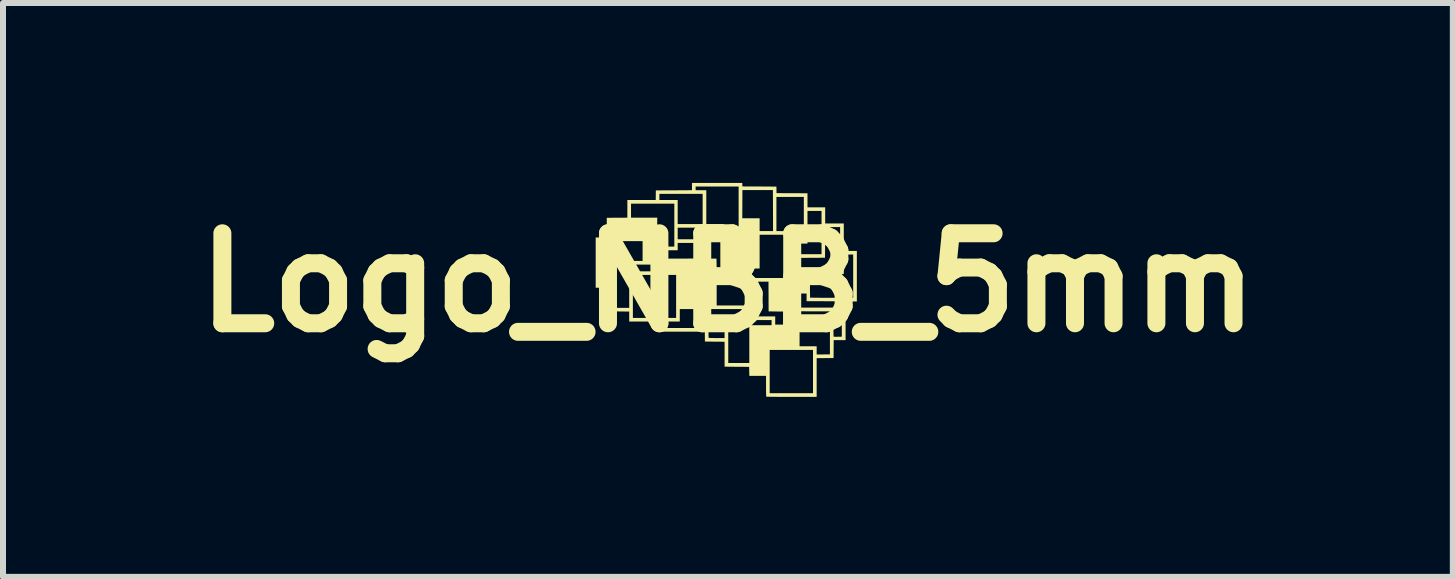
<source format=kicad_pcb>
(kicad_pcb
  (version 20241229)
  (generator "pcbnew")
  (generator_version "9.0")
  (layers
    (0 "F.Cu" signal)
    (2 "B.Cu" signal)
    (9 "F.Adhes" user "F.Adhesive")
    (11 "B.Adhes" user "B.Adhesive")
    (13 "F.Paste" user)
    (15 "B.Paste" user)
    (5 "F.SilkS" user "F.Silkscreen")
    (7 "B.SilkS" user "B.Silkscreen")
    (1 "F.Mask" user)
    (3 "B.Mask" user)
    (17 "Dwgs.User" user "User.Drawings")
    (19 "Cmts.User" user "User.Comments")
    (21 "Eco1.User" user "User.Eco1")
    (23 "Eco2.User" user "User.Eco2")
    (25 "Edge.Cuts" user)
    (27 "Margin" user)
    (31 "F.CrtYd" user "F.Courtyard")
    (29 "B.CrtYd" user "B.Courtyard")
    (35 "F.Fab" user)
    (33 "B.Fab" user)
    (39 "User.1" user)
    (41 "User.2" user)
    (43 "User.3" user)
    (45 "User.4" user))
  (footprint "Logo_NBB_5mm"
    (layer "F.Cu")
    (at 9.086 1.661)
    (property "Reference" "Logo_NBB_5mm" (at 0 0 0) (layer "F.SilkS") (effects (font (size 1.5 1.5) (thickness 0.3))))
    (attr board_only exclude_from_pos_files exclude_from_bom)
    (fp_poly (pts (xy 0.24 -1.632) (xy 0.241 -1.603) (xy 0.524 -1.602) (xy 0.808 -1.6) (xy 0.809 -1.546) (xy 0.81 -1.491) (xy 1.068 -1.49) (xy 1.326 -1.489) (xy 1.326 -1.372) (xy 1.326 -1.255) (xy 1.473 -1.255) (xy 1.621 -1.255) (xy 1.621 -1.12) (xy 1.621 -0.986) (xy 1.776 -0.986) (xy 1.931 -0.986) (xy 1.931 -0.757) (xy 1.931 -0.528) (xy 2.04 -0.528) (xy 2.149 -0.528) (xy 2.149 -0.107) (xy 2.149 0.315) (xy 2.055 0.315) (xy 1.961 0.315) (xy 1.961 0.638) (xy 1.961 0.96) (xy 1.862 0.96) (xy 1.763 0.96) (xy 1.762 1.109) (xy 1.761 1.258) (xy 1.62 1.259) (xy 1.479 1.26) (xy 1.479 1.583) (xy 1.479 1.905) (xy 1.06 1.905) (xy 0.996 1.905) (xy 0.935 1.905) (xy 0.877 1.905) (xy 0.824 1.905) (xy 0.776 1.904) (xy 0.734 1.904) (xy 0.698 1.904) (xy 0.67 1.903) (xy 0.651 1.903) (xy 0.64 1.902) (xy 0.639 1.902) (xy 0.638 1.896) (xy 0.637 1.882) (xy 0.636 1.859) (xy 0.636 1.83) (xy 0.635 1.796) (xy 0.635 1.757) (xy 0.635 1.727) (xy 0.635 1.555) (xy 0.496 1.555) (xy 0.356 1.555) (xy 0.355 1.48) (xy 0.353 1.405) (xy 0.149 1.404) (xy -0.056 1.402) (xy -0.056 1.194) (xy -0.056 0.986) (xy -0.22 0.985) (xy -0.384 0.983) (xy -0.385 0.901) (xy -0.386 0.818) (xy -0.775 0.818) (xy -1.164 0.818) (xy -1.164 0.757) (xy -1.103 0.757) (xy -0.744 0.757) (xy -0.386 0.757) (xy -0.386 0.6) (xy -0.386 0.442) (xy -0.325 0.442) (xy -0.325 0.68) (xy -0.325 0.728) (xy -0.325 0.773) (xy -0.325 0.814) (xy -0.324 0.85) (xy -0.324 0.88) (xy -0.323 0.902) (xy -0.322 0.916) (xy -0.322 0.921) (xy -0.316 0.922) (xy -0.301 0.923) (xy -0.279 0.924) (xy -0.251 0.924) (xy -0.219 0.925) (xy -0.187 0.925) (xy -0.056 0.925) (xy -0.056 0.744) (xy -0.056 0.625) (xy 0.005 0.625) (xy 0.005 0.983) (xy 0.005 1.341) (xy 0.18 1.341) (xy 0.356 1.341) (xy 0.356 1.123) (xy 0.696 1.123) (xy 0.696 1.484) (xy 0.696 1.844) (xy 1.057 1.844) (xy 1.418 1.844) (xy 1.418 1.484) (xy 1.418 1.123) (xy 1.057 1.123) (xy 0.696 1.123) (xy 0.356 1.123) (xy 0.356 1.026) (xy 0.356 0.711) (xy 0.541 0.711) (xy 0.727 0.711) (xy 0.727 0.668) (xy 0.727 0.625) (xy 0.366 0.625) (xy 0.005 0.625) (xy -0.056 0.625) (xy -0.056 0.564) (xy 0.17 0.564) (xy 0.396 0.564) (xy 0.396 0.503) (xy 0.396 0.442) (xy 0.036 0.442) (xy -0.325 0.442) (xy -0.386 0.442) (xy -0.594 0.442) (xy -0.803 0.442) (xy -0.803 0.546) (xy -0.803 0.65) (xy -0.953 0.65) (xy -1.103 0.65) (xy -1.103 0.704) (xy -1.103 0.757) (xy -1.164 0.757) (xy -1.164 0.734) (xy -1.164 0.65) (xy -1.405 0.65) (xy -1.646 0.65) (xy -1.646 0.567) (xy -1.646 0.483) (xy -1.833 0.481) (xy -2.02 0.48) (xy -2.021 0.283) (xy -2.022 0.086) (xy -2.114 0.086) (xy -2.205 0.086) (xy -2.205 -0.333) (xy -2.205 -0.691) (xy -2.144 -0.691) (xy -2.144 -0.333) (xy -2.144 0.025) (xy -2.081 0.025) (xy -2.017 0.025) (xy -2.017 -0.168) (xy -2.017 -0.3) (xy -1.961 -0.3) (xy -1.961 0.058) (xy -1.961 0.117) (xy -1.961 0.173) (xy -1.961 0.226) (xy -1.961 0.274) (xy -1.96 0.316) (xy -1.96 0.352) (xy -1.959 0.382) (xy -1.959 0.403) (xy -1.958 0.415) (xy -1.958 0.418) (xy -1.952 0.419) (xy -1.938 0.42) (xy -1.915 0.421) (xy -1.887 0.421) (xy -1.853 0.422) (xy -1.815 0.422) (xy -1.8 0.422) (xy -1.646 0.422) (xy -1.646 0.117) (xy -1.646 -0.127) (xy -1.585 -0.127) (xy -1.585 0.231) (xy -1.585 0.589) (xy -1.225 0.589) (xy -0.864 0.589) (xy -0.864 0.381) (xy -0.188 0.381) (xy 0.114 0.381) (xy 0.417 0.381) (xy 0.417 0.183) (xy 0.417 -0.015) (xy 0.404 -0.015) (xy 0.478 -0.015) (xy 0.478 0.274) (xy 0.478 0.564) (xy 0.633 0.564) (xy 0.788 0.564) (xy 0.788 0.633) (xy 0.788 0.701) (xy 0.854 0.701) (xy 0.92 0.701) (xy 0.92 0.592) (xy 0.92 0.483) (xy 0.799 0.482) (xy 0.678 0.48) (xy 0.678 0.478) (xy 0.981 0.478) (xy 0.981 0.594) (xy 0.981 0.711) (xy 1.087 0.711) (xy 1.194 0.711) (xy 1.194 0.887) (xy 1.194 1.062) (xy 1.336 1.062) (xy 1.479 1.062) (xy 1.479 1.131) (xy 1.479 1.199) (xy 1.589 1.198) (xy 1.7 1.197) (xy 1.7 0.838) (xy 1.7 0.48) (xy 1.34 0.479) (xy 0.981 0.478) (xy 0.678 0.478) (xy 0.677 0.232) (xy 0.677 0.183) (xy 1.179 0.183) (xy 1.179 0.3) (xy 1.179 0.417) (xy 1.468 0.417) (xy 1.758 0.417) (xy 1.758 0.657) (xy 1.758 0.706) (xy 1.758 0.751) (xy 1.759 0.792) (xy 1.759 0.828) (xy 1.76 0.858) (xy 1.76 0.881) (xy 1.761 0.896) (xy 1.762 0.901) (xy 1.768 0.902) (xy 1.782 0.903) (xy 1.802 0.904) (xy 1.827 0.903) (xy 1.831 0.903) (xy 1.898 0.902) (xy 1.898 0.607) (xy 1.898 0.312) (xy 1.604 0.311) (xy 1.311 0.31) (xy 1.311 0.246) (xy 1.311 0.183) (xy 1.245 0.183) (xy 1.179 0.183) (xy 0.677 0.183) (xy 0.676 0.053) (xy 1.367 0.053) (xy 1.367 0.096) (xy 1.367 0.136) (xy 1.368 0.172) (xy 1.368 0.203) (xy 1.369 0.227) (xy 1.369 0.243) (xy 1.37 0.25) (xy 1.37 0.251) (xy 1.376 0.251) (xy 1.391 0.252) (xy 1.414 0.252) (xy 1.445 0.253) (xy 1.483 0.253) (xy 1.527 0.253) (xy 1.576 0.254) (xy 1.63 0.254) (xy 1.687 0.254) (xy 1.731 0.254) (xy 2.088 0.254) (xy 2.088 -0.107) (xy 2.088 -0.467) (xy 2.01 -0.467) (xy 1.931 -0.467) (xy 1.931 -0.305) (xy 1.931 -0.142) (xy 1.649 -0.142) (xy 1.367 -0.142) (xy 1.367 0.053) (xy 0.676 0.053) (xy 0.676 -0.015) (xy 0.577 -0.015) (xy 0.478 -0.015) (xy 0.404 -0.015) (xy 0.365 -0.016) (xy 0.312 -0.018) (xy 0.312 -0.076) (xy 0.371 -0.076) (xy 0.732 -0.076) (xy 1.092 -0.076) (xy 1.092 -0.203) (xy 1.153 -0.203) (xy 1.512 -0.203) (xy 1.87 -0.203) (xy 1.87 -0.564) (xy 1.87 -0.925) (xy 1.745 -0.925) (xy 1.621 -0.925) (xy 1.62 -0.669) (xy 1.618 -0.414) (xy 1.386 -0.413) (xy 1.153 -0.411) (xy 1.153 -0.307) (xy 1.153 -0.203) (xy 1.092 -0.203) (xy 1.092 -0.437) (xy 1.092 -0.473) (xy 1.153 -0.473) (xy 1.357 -0.473) (xy 1.56 -0.473) (xy 1.56 -0.833) (xy 1.56 -1.194) (xy 1.443 -1.194) (xy 1.326 -1.194) (xy 1.326 -0.922) (xy 1.326 -0.65) (xy 1.24 -0.65) (xy 1.153 -0.65) (xy 1.153 -0.561) (xy 1.153 -0.473) (xy 1.092 -0.473) (xy 1.092 -0.798) (xy 0.81 -0.798) (xy 0.528 -0.798) (xy 0.528 -0.516) (xy 0.528 -0.234) (xy 0.45 -0.234) (xy 0.371 -0.234) (xy 0.371 -0.155) (xy 0.371 -0.076) (xy 0.312 -0.076) (xy 0.311 -0.126) (xy 0.31 -0.234) (xy 0.122 -0.234) (xy -0.066 -0.234) (xy -0.066 -0.183) (xy -0.066 -0.132) (xy -0.127 -0.132) (xy -0.188 -0.132) (xy -0.188 0.124) (xy -0.188 0.381) (xy -0.864 0.381) (xy -0.864 0.231) (xy -0.864 -0.127) (xy -1.225 -0.127) (xy -1.585 -0.127) (xy -1.646 -0.127) (xy -1.646 -0.188) (xy -1.443 -0.188) (xy -1.24 -0.188) (xy -1.179 -0.188) (xy -1.105 -0.188) (xy -1.032 -0.188) (xy -1.03 -0.293) (xy -1.029 -0.399) (xy -0.753 -0.4) (xy -0.478 -0.401) (xy -0.478 -0.531) (xy -0.478 -0.661) (xy -0.658 -0.661) (xy -0.838 -0.661) (xy -0.838 -0.6) (xy -0.838 -0.539) (xy -1.009 -0.539) (xy -1.179 -0.539) (xy -1.179 -0.363) (xy -1.179 -0.188) (xy -1.24 -0.188) (xy -1.24 -0.244) (xy -1.24 -0.3) (xy -1.601 -0.3) (xy -1.961 -0.3) (xy -2.017 -0.3) (xy -2.017 -0.361) (xy -1.72 -0.361) (xy -1.423 -0.361) (xy -1.423 -0.526) (xy -1.423 -0.691) (xy -1.783 -0.691) (xy -2.144 -0.691) (xy -2.205 -0.691) (xy -2.205 -0.752) (xy -2.114 -0.752) (xy -2.022 -0.752) (xy -2.021 -0.916) (xy -2.02 -1.08) (xy -1.848 -1.081) (xy -1.677 -1.082) (xy -1.677 -1.23) (xy -1.677 -1.316) (xy -1.616 -1.316) (xy -1.616 -1.199) (xy -1.616 -1.082) (xy -1.397 -1.082) (xy -1.179 -1.082) (xy -1.179 -0.841) (xy -1.179 -0.6) (xy -1.037 -0.6) (xy -0.894 -0.6) (xy -0.894 -0.915) (xy -0.838 -0.915) (xy -0.838 -0.818) (xy -0.838 -0.722) (xy -0.628 -0.722) (xy -0.417 -0.722) (xy -0.417 -0.562) (xy -0.417 -0.402) (xy -0.304 -0.4) (xy -0.191 -0.399) (xy -0.189 -0.296) (xy -0.188 -0.193) (xy -0.157 -0.193) (xy -0.127 -0.193) (xy -0.127 -0.554) (xy -0.127 -0.915) (xy -0.483 -0.915) (xy -0.838 -0.915) (xy -0.894 -0.915) (xy -0.894 -0.958) (xy -0.894 -1.316) (xy -1.255 -1.316) (xy -1.616 -1.316) (xy -1.677 -1.316) (xy -1.677 -1.377) (xy -1.441 -1.377) (xy -1.204 -1.377) (xy -1.203 -1.457) (xy -1.203 -1.479) (xy -1.143 -1.479) (xy -1.143 -1.428) (xy -1.143 -1.377) (xy -0.991 -1.377) (xy -0.838 -1.377) (xy -0.838 -1.176) (xy -0.838 -0.976) (xy -0.63 -0.976) (xy -0.422 -0.976) (xy -0.422 -1.227) (xy -0.422 -1.479) (xy -0.782 -1.479) (xy -1.143 -1.479) (xy -1.203 -1.479) (xy -1.202 -1.537) (xy -0.901 -1.538) (xy -0.6 -1.54) (xy -0.6 -1.601) (xy -0.539 -1.601) (xy -0.539 -1.57) (xy -0.539 -1.54) (xy -0.45 -1.54) (xy -0.361 -1.54) (xy -0.361 -1.258) (xy -0.361 -0.976) (xy -0.213 -0.976) (xy -0.066 -0.976) (xy -0.066 -0.927) (xy -0.066 -0.879) (xy 0.056 -0.879) (xy 0.178 -0.879) (xy 0.178 -1.072) (xy 0.239 -1.072) (xy 0.384 -1.072) (xy 0.528 -1.072) (xy 0.528 -0.965) (xy 0.528 -0.859) (xy 0.64 -0.859) (xy 0.752 -0.859) (xy 0.751 -1.2) (xy 0.75 -1.428) (xy 0.808 -1.428) (xy 0.808 -1.143) (xy 0.808 -0.859) (xy 0.979 -0.857) (xy 1.151 -0.856) (xy 1.152 -0.784) (xy 1.154 -0.711) (xy 1.209 -0.711) (xy 1.265 -0.711) (xy 1.265 -1.07) (xy 1.265 -1.428) (xy 1.037 -1.428) (xy 0.808 -1.428) (xy 0.75 -1.428) (xy 0.749 -1.542) (xy 0.495 -1.542) (xy 0.241 -1.542) (xy 0.24 -1.307) (xy 0.239 -1.072) (xy 0.178 -1.072) (xy 0.178 -1.24) (xy 0.178 -1.601) (xy -0.18 -1.601) (xy -0.539 -1.601) (xy -0.6 -1.601) (xy -0.6 -1.601) (xy -0.6 -1.661) (xy -0.181 -1.661) (xy 0.238 -1.661)) (stroke (width 0) (type solid)) (fill yes) (layer "F.SilkS")))
  (gr_rect
    (start -3 -3)
    (end 21.171 6.567)
    (stroke (width 0.1) (type default))
    (fill no)
    (layer "Edge.Cuts")))
</source>
